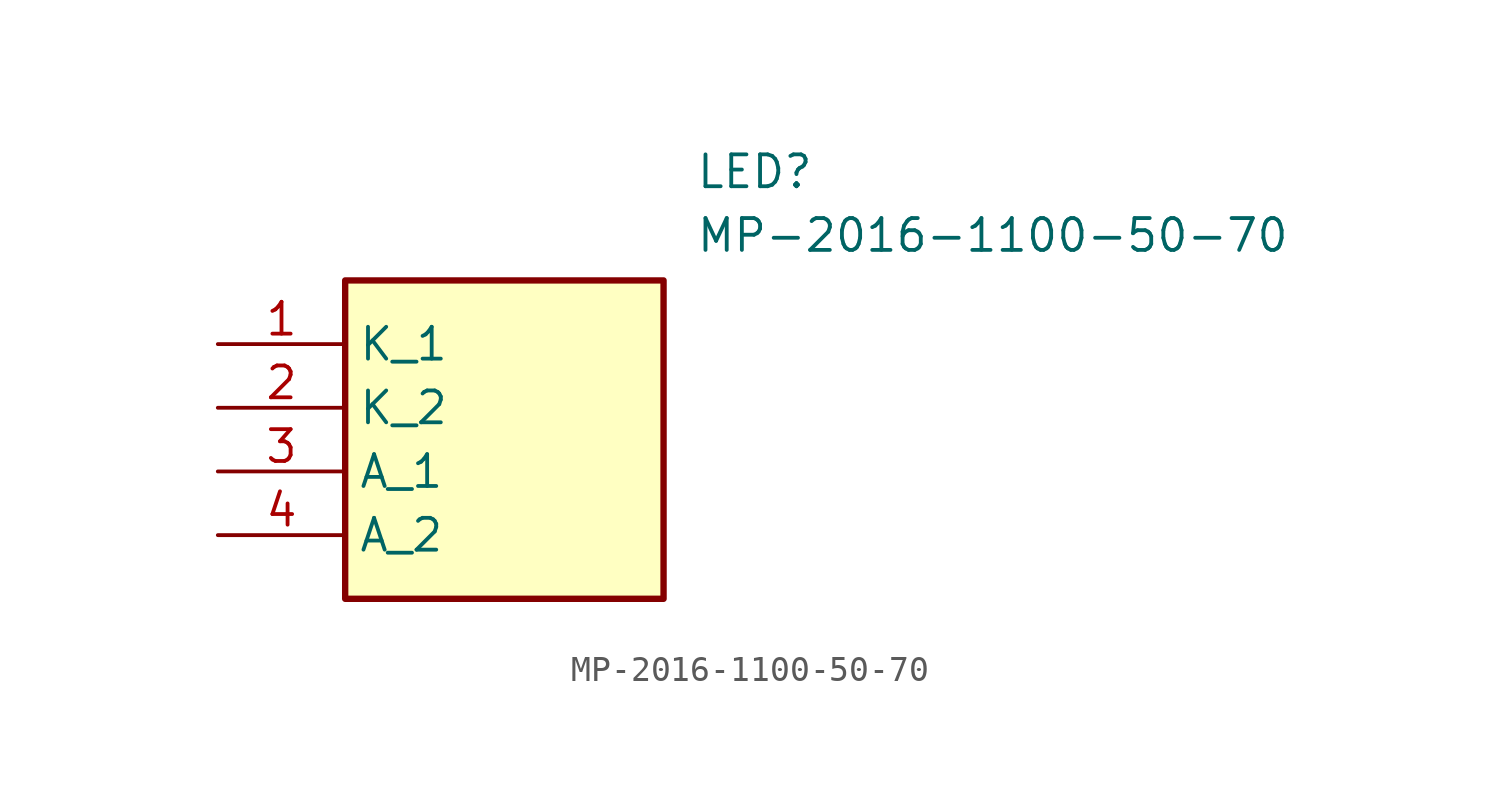
<source format=kicad_sym>
(kicad_symbol_lib
  (version 20211014)
  (generator SamacSys_ECAD_Model)
  (symbol "MP-2016-1100-50-70"
    (property "Reference" "LED"
      (at 19.05 7.62 0)
      (effects (font (size 1.27 1.27)) (justify left top)))
    (property "Value" "MP-2016-1100-50-70"
      (at 19.05 5.08 0)
      (effects (font (size 1.27 1.27)) (justify left top)))
    (rectangle
      (start 5.08 2.54)
      (end 17.78 -10.16)
      (stroke (width 0.254) (type default))
      (fill (type background)))
    (pin passive line
      (at 0 0 0)
      (length 5.08)
      (name "K_1" (effects (font (size 1.27 1.27))))
      (number "1" (effects (font (size 1.27 1.27)))))
    (pin passive line
      (at 0 -2.54 0)
      (length 5.08)
      (name "K_2" (effects (font (size 1.27 1.27))))
      (number "2" (effects (font (size 1.27 1.27)))))
    (pin passive line
      (at 0 -5.08 0)
      (length 5.08)
      (name "A_1" (effects (font (size 1.27 1.27))))
      (number "3" (effects (font (size 1.27 1.27)))))
    (pin passive line
      (at 0 -7.62 0)
      (length 5.08)
      (name "A_2" (effects (font (size 1.27 1.27))))
      (number "4" (effects (font (size 1.27 1.27)))))))
</source>
